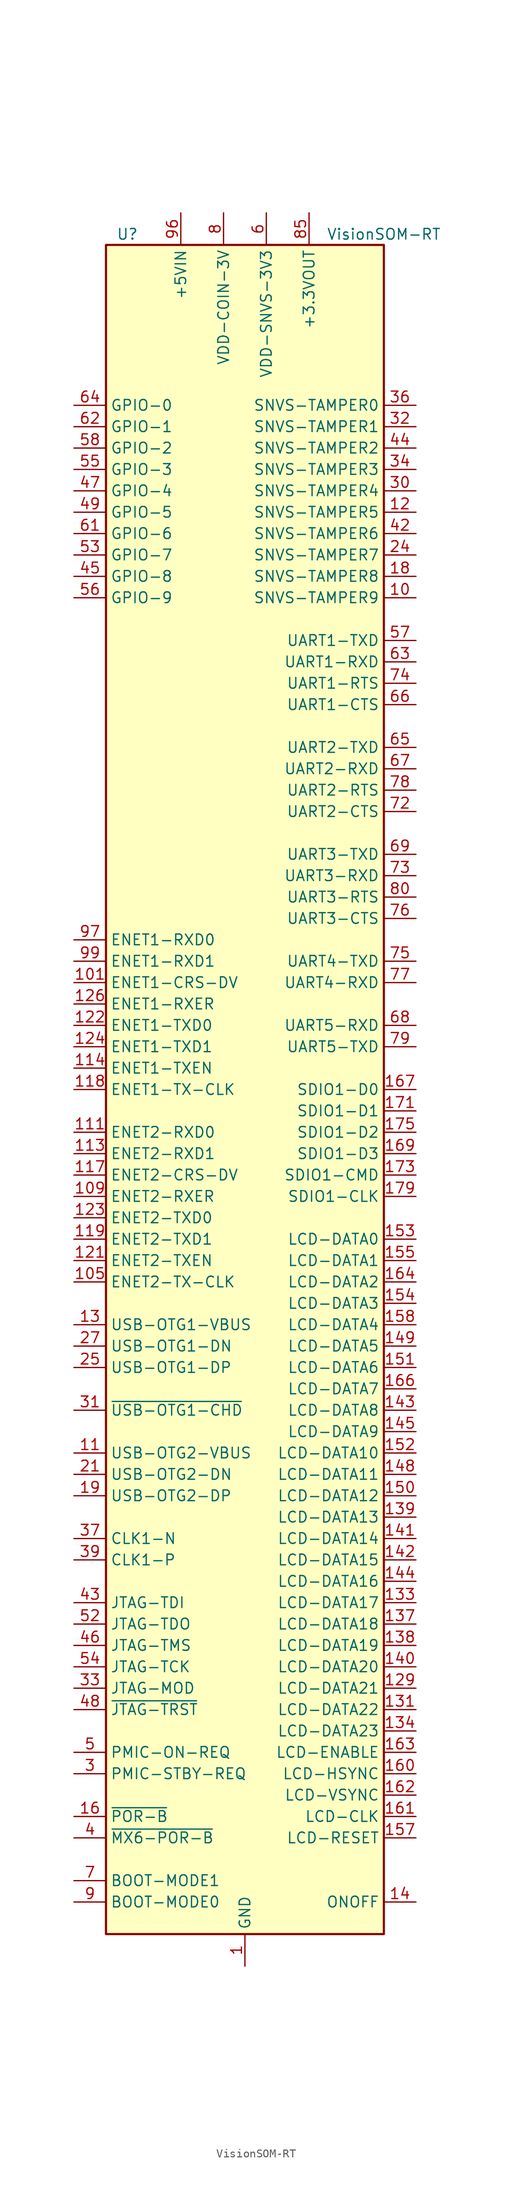
<source format=kicad_sym>
(kicad_symbol_lib
  (version 20201005)
  (generator kicad_symbol_editor)
  (symbol "MCU_Module:VisionSOM-RT"
    (property "Reference" "U"
      (at -13.97 101.6 0)
      (effects (font (size 1.27 1.27))))
    (property "Value" "VisionSOM-RT"
      (at 16.51 101.6 0)
      (effects (font (size 1.27 1.27))))
    (symbol "VisionSOM-RT_0_1"
      (rectangle (start -16.51 100.33) (end 16.51 -100.33) (stroke (width 0.254)) (fill (type background))))
    (symbol "VisionSOM-RT_1_1"
      (pin power_in line (at 0 -104.14 90) (length 3.81) (name "GND" (effects (font (size 1.27 1.27)))) (number "1" (effects (font (size 1.27 1.27)))))
      (pin bidirectional line (at 20.32 58.42 180) (length 3.81) (name "SNVS-TAMPER9" (effects (font (size 1.27 1.27)))) (number "10" (effects (font (size 1.27 1.27)))))
      (pin passive line (at -7.62 104.14 270) (length 3.81) hide (name "+5VIN" (effects (font (size 1.27 1.27)))) (number "100" (effects (font (size 1.27 1.27)))))
      (pin bidirectional line (at -20.32 12.7 0) (length 3.81) (name "ENET1-CRS-DV" (effects (font (size 1.27 1.27)))) (number "101" (effects (font (size 1.27 1.27)))))
      (pin passive line (at -7.62 104.14 270) (length 3.81) hide (name "+5VIN" (effects (font (size 1.27 1.27)))) (number "102" (effects (font (size 1.27 1.27)))))
      (pin passive line (at 0 -104.14 90) (length 3.81) hide (name "GND" (effects (font (size 1.27 1.27)))) (number "103" (effects (font (size 1.27 1.27)))))
      (pin passive line (at -7.62 104.14 270) (length 3.81) hide (name "+5VIN" (effects (font (size 1.27 1.27)))) (number "104" (effects (font (size 1.27 1.27)))))
      (pin bidirectional line (at -20.32 -22.86 0) (length 3.81) (name "ENET2-TX-CLK" (effects (font (size 1.27 1.27)))) (number "105" (effects (font (size 1.27 1.27)))))
      (pin passive line (at -7.62 104.14 270) (length 3.81) hide (name "+5VIN" (effects (font (size 1.27 1.27)))) (number "106" (effects (font (size 1.27 1.27)))))
      (pin passive line (at 0 -104.14 90) (length 3.81) hide (name "GND" (effects (font (size 1.27 1.27)))) (number "107" (effects (font (size 1.27 1.27)))))
      (pin passive line (at -7.62 104.14 270) (length 3.81) hide (name "+5VIN" (effects (font (size 1.27 1.27)))) (number "108" (effects (font (size 1.27 1.27)))))
      (pin bidirectional line (at -20.32 -12.7 0) (length 3.81) (name "ENET2-RXER" (effects (font (size 1.27 1.27)))) (number "109" (effects (font (size 1.27 1.27)))))
      (pin input line (at -20.32 -43.18 0) (length 3.81) (name "USB-OTG2-VBUS" (effects (font (size 1.27 1.27)))) (number "11" (effects (font (size 1.27 1.27)))))
      (pin passive line (at -7.62 104.14 270) (length 3.81) hide (name "+5VIN" (effects (font (size 1.27 1.27)))) (number "110" (effects (font (size 1.27 1.27)))))
      (pin bidirectional line (at -20.32 -5.08 0) (length 3.81) (name "ENET2-RXD0" (effects (font (size 1.27 1.27)))) (number "111" (effects (font (size 1.27 1.27)))))
      (pin passive line (at -7.62 104.14 270) (length 3.81) hide (name "+5VIN" (effects (font (size 1.27 1.27)))) (number "112" (effects (font (size 1.27 1.27)))))
      (pin bidirectional line (at -20.32 -7.62 0) (length 3.81) (name "ENET2-RXD1" (effects (font (size 1.27 1.27)))) (number "113" (effects (font (size 1.27 1.27)))))
      (pin bidirectional line (at -20.32 2.54 0) (length 3.81) (name "ENET1-TXEN" (effects (font (size 1.27 1.27)))) (number "114" (effects (font (size 1.27 1.27)))))
      (pin passive line (at 0 -104.14 90) (length 3.81) hide (name "GND" (effects (font (size 1.27 1.27)))) (number "115" (effects (font (size 1.27 1.27)))))
      (pin passive line (at 0 -104.14 90) (length 3.81) hide (name "GND" (effects (font (size 1.27 1.27)))) (number "116" (effects (font (size 1.27 1.27)))))
      (pin bidirectional line (at -20.32 -10.16 0) (length 3.81) (name "ENET2-CRS-DV" (effects (font (size 1.27 1.27)))) (number "117" (effects (font (size 1.27 1.27)))))
      (pin bidirectional line (at -20.32 0 0) (length 3.81) (name "ENET1-TX-CLK" (effects (font (size 1.27 1.27)))) (number "118" (effects (font (size 1.27 1.27)))))
      (pin bidirectional line (at -20.32 -17.78 0) (length 3.81) (name "ENET2-TXD1" (effects (font (size 1.27 1.27)))) (number "119" (effects (font (size 1.27 1.27)))))
      (pin bidirectional line (at 20.32 68.58 180) (length 3.81) (name "SNVS-TAMPER5" (effects (font (size 1.27 1.27)))) (number "12" (effects (font (size 1.27 1.27)))))
      (pin passive line (at 0 -104.14 90) (length 3.81) hide (name "GND" (effects (font (size 1.27 1.27)))) (number "120" (effects (font (size 1.27 1.27)))))
      (pin bidirectional line (at -20.32 -20.32 0) (length 3.81) (name "ENET2-TXEN" (effects (font (size 1.27 1.27)))) (number "121" (effects (font (size 1.27 1.27)))))
      (pin bidirectional line (at -20.32 7.62 0) (length 3.81) (name "ENET1-TXD0" (effects (font (size 1.27 1.27)))) (number "122" (effects (font (size 1.27 1.27)))))
      (pin bidirectional line (at -20.32 -15.24 0) (length 3.81) (name "ENET2-TXD0" (effects (font (size 1.27 1.27)))) (number "123" (effects (font (size 1.27 1.27)))))
      (pin bidirectional line (at -20.32 5.08 0) (length 3.81) (name "ENET1-TXD1" (effects (font (size 1.27 1.27)))) (number "124" (effects (font (size 1.27 1.27)))))
      (pin passive line (at 0 -104.14 90) (length 3.81) hide (name "GND" (effects (font (size 1.27 1.27)))) (number "125" (effects (font (size 1.27 1.27)))))
      (pin bidirectional line (at -20.32 10.16 0) (length 3.81) (name "ENET1-RXER" (effects (font (size 1.27 1.27)))) (number "126" (effects (font (size 1.27 1.27)))))
      (pin passive line (at 0 -104.14 90) (length 3.81) hide (name "GND" (effects (font (size 1.27 1.27)))) (number "127" (effects (font (size 1.27 1.27)))))
      (pin passive line (at 0 -104.14 90) (length 3.81) hide (name "GND" (effects (font (size 1.27 1.27)))) (number "128" (effects (font (size 1.27 1.27)))))
      (pin bidirectional line (at 20.32 -71.12 180) (length 3.81) (name "LCD-DATA21" (effects (font (size 1.27 1.27)))) (number "129" (effects (font (size 1.27 1.27)))))
      (pin input line (at -20.32 -27.94 0) (length 3.81) (name "USB-OTG1-VBUS" (effects (font (size 1.27 1.27)))) (number "13" (effects (font (size 1.27 1.27)))))
      (pin passive line (at 0 -104.14 90) (length 3.81) hide (name "GND" (effects (font (size 1.27 1.27)))) (number "130" (effects (font (size 1.27 1.27)))))
      (pin bidirectional line (at 20.32 -73.66 180) (length 3.81) (name "LCD-DATA22" (effects (font (size 1.27 1.27)))) (number "131" (effects (font (size 1.27 1.27)))))
      (pin passive line (at 0 -104.14 90) (length 3.81) hide (name "GND" (effects (font (size 1.27 1.27)))) (number "132" (effects (font (size 1.27 1.27)))))
      (pin bidirectional line (at 20.32 -60.96 180) (length 3.81) (name "LCD-DATA17" (effects (font (size 1.27 1.27)))) (number "133" (effects (font (size 1.27 1.27)))))
      (pin bidirectional line (at 20.32 -76.2 180) (length 3.81) (name "LCD-DATA23" (effects (font (size 1.27 1.27)))) (number "134" (effects (font (size 1.27 1.27)))))
      (pin passive line (at 0 -104.14 90) (length 3.81) hide (name "GND" (effects (font (size 1.27 1.27)))) (number "135" (effects (font (size 1.27 1.27)))))
      (pin passive line (at 0 -104.14 90) (length 3.81) hide (name "GND" (effects (font (size 1.27 1.27)))) (number "136" (effects (font (size 1.27 1.27)))))
      (pin bidirectional line (at 20.32 -63.5 180) (length 3.81) (name "LCD-DATA18" (effects (font (size 1.27 1.27)))) (number "137" (effects (font (size 1.27 1.27)))))
      (pin bidirectional line (at 20.32 -66.04 180) (length 3.81) (name "LCD-DATA19" (effects (font (size 1.27 1.27)))) (number "138" (effects (font (size 1.27 1.27)))))
      (pin bidirectional line (at 20.32 -50.8 180) (length 3.81) (name "LCD-DATA13" (effects (font (size 1.27 1.27)))) (number "139" (effects (font (size 1.27 1.27)))))
      (pin input line (at 20.32 -96.52 180) (length 3.81) (name "ONOFF" (effects (font (size 1.27 1.27)))) (number "14" (effects (font (size 1.27 1.27)))))
      (pin bidirectional line (at 20.32 -68.58 180) (length 3.81) (name "LCD-DATA20" (effects (font (size 1.27 1.27)))) (number "140" (effects (font (size 1.27 1.27)))))
      (pin bidirectional line (at 20.32 -53.34 180) (length 3.81) (name "LCD-DATA14" (effects (font (size 1.27 1.27)))) (number "141" (effects (font (size 1.27 1.27)))))
      (pin bidirectional line (at 20.32 -55.88 180) (length 3.81) (name "LCD-DATA15" (effects (font (size 1.27 1.27)))) (number "142" (effects (font (size 1.27 1.27)))))
      (pin bidirectional line (at 20.32 -38.1 180) (length 3.81) (name "LCD-DATA8" (effects (font (size 1.27 1.27)))) (number "143" (effects (font (size 1.27 1.27)))))
      (pin bidirectional line (at 20.32 -58.42 180) (length 3.81) (name "LCD-DATA16" (effects (font (size 1.27 1.27)))) (number "144" (effects (font (size 1.27 1.27)))))
      (pin bidirectional line (at 20.32 -40.64 180) (length 3.81) (name "LCD-DATA9" (effects (font (size 1.27 1.27)))) (number "145" (effects (font (size 1.27 1.27)))))
      (pin passive line (at 0 -104.14 90) (length 3.81) hide (name "GND" (effects (font (size 1.27 1.27)))) (number "146" (effects (font (size 1.27 1.27)))))
      (pin passive line (at 0 -104.14 90) (length 3.81) hide (name "GND" (effects (font (size 1.27 1.27)))) (number "147" (effects (font (size 1.27 1.27)))))
      (pin bidirectional line (at 20.32 -45.72 180) (length 3.81) (name "LCD-DATA11" (effects (font (size 1.27 1.27)))) (number "148" (effects (font (size 1.27 1.27)))))
      (pin bidirectional line (at 20.32 -30.48 180) (length 3.81) (name "LCD-DATA5" (effects (font (size 1.27 1.27)))) (number "149" (effects (font (size 1.27 1.27)))))
      (pin passive line (at 0 -104.14 90) (length 3.81) hide (name "GND" (effects (font (size 1.27 1.27)))) (number "15" (effects (font (size 1.27 1.27)))))
      (pin bidirectional line (at 20.32 -48.26 180) (length 3.81) (name "LCD-DATA12" (effects (font (size 1.27 1.27)))) (number "150" (effects (font (size 1.27 1.27)))))
      (pin bidirectional line (at 20.32 -33.02 180) (length 3.81) (name "LCD-DATA6" (effects (font (size 1.27 1.27)))) (number "151" (effects (font (size 1.27 1.27)))))
      (pin bidirectional line (at 20.32 -43.18 180) (length 3.81) (name "LCD-DATA10" (effects (font (size 1.27 1.27)))) (number "152" (effects (font (size 1.27 1.27)))))
      (pin bidirectional line (at 20.32 -17.78 180) (length 3.81) (name "LCD-DATA0" (effects (font (size 1.27 1.27)))) (number "153" (effects (font (size 1.27 1.27)))))
      (pin bidirectional line (at 20.32 -25.4 180) (length 3.81) (name "LCD-DATA3" (effects (font (size 1.27 1.27)))) (number "154" (effects (font (size 1.27 1.27)))))
      (pin bidirectional line (at 20.32 -20.32 180) (length 3.81) (name "LCD-DATA1" (effects (font (size 1.27 1.27)))) (number "155" (effects (font (size 1.27 1.27)))))
      (pin passive line (at 0 -104.14 90) (length 3.81) hide (name "GND" (effects (font (size 1.27 1.27)))) (number "156" (effects (font (size 1.27 1.27)))))
      (pin bidirectional line (at 20.32 -88.9 180) (length 3.81) (name "LCD-RESET" (effects (font (size 1.27 1.27)))) (number "157" (effects (font (size 1.27 1.27)))))
      (pin bidirectional line (at 20.32 -27.94 180) (length 3.81) (name "LCD-DATA4" (effects (font (size 1.27 1.27)))) (number "158" (effects (font (size 1.27 1.27)))))
      (pin passive line (at 0 -104.14 90) (length 3.81) hide (name "GND" (effects (font (size 1.27 1.27)))) (number "159" (effects (font (size 1.27 1.27)))))
      (pin input line (at -20.32 -86.36 0) (length 3.81) (name "~POR-B" (effects (font (size 1.27 1.27)))) (number "16" (effects (font (size 1.27 1.27)))))
      (pin bidirectional line (at 20.32 -81.28 180) (length 3.81) (name "LCD-HSYNC" (effects (font (size 1.27 1.27)))) (number "160" (effects (font (size 1.27 1.27)))))
      (pin bidirectional line (at 20.32 -86.36 180) (length 3.81) (name "LCD-CLK" (effects (font (size 1.27 1.27)))) (number "161" (effects (font (size 1.27 1.27)))))
      (pin bidirectional line (at 20.32 -83.82 180) (length 3.81) (name "LCD-VSYNC" (effects (font (size 1.27 1.27)))) (number "162" (effects (font (size 1.27 1.27)))))
      (pin bidirectional line (at 20.32 -78.74 180) (length 3.81) (name "LCD-ENABLE" (effects (font (size 1.27 1.27)))) (number "163" (effects (font (size 1.27 1.27)))))
      (pin bidirectional line (at 20.32 -22.86 180) (length 3.81) (name "LCD-DATA2" (effects (font (size 1.27 1.27)))) (number "164" (effects (font (size 1.27 1.27)))))
      (pin passive line (at 0 -104.14 90) (length 3.81) hide (name "GND" (effects (font (size 1.27 1.27)))) (number "165" (effects (font (size 1.27 1.27)))))
      (pin bidirectional line (at 20.32 -35.56 180) (length 3.81) (name "LCD-DATA7" (effects (font (size 1.27 1.27)))) (number "166" (effects (font (size 1.27 1.27)))))
      (pin bidirectional line (at 20.32 0 180) (length 3.81) (name "SDIO1-D0" (effects (font (size 1.27 1.27)))) (number "167" (effects (font (size 1.27 1.27)))))
      (pin passive line (at 0 -104.14 90) (length 3.81) hide (name "GND" (effects (font (size 1.27 1.27)))) (number "168" (effects (font (size 1.27 1.27)))))
      (pin bidirectional line (at 20.32 -7.62 180) (length 3.81) (name "SDIO1-D3" (effects (font (size 1.27 1.27)))) (number "169" (effects (font (size 1.27 1.27)))))
      (pin passive line (at 0 -104.14 90) (length 3.81) hide (name "GND" (effects (font (size 1.27 1.27)))) (number "17" (effects (font (size 1.27 1.27)))))
      (pin passive line (at 0 -104.14 90) (length 3.81) hide (name "GND" (effects (font (size 1.27 1.27)))) (number "170" (effects (font (size 1.27 1.27)))))
      (pin bidirectional line (at 20.32 -2.54 180) (length 3.81) (name "SDIO1-D1" (effects (font (size 1.27 1.27)))) (number "171" (effects (font (size 1.27 1.27)))))
      (pin passive line (at 0 -104.14 90) (length 3.81) hide (name "GND" (effects (font (size 1.27 1.27)))) (number "172" (effects (font (size 1.27 1.27)))))
      (pin bidirectional line (at 20.32 -10.16 180) (length 3.81) (name "SDIO1-CMD" (effects (font (size 1.27 1.27)))) (number "173" (effects (font (size 1.27 1.27)))))
      (pin passive line (at 0 -104.14 90) (length 3.81) hide (name "GND" (effects (font (size 1.27 1.27)))) (number "174" (effects (font (size 1.27 1.27)))))
      (pin bidirectional line (at 20.32 -5.08 180) (length 3.81) (name "SDIO1-D2" (effects (font (size 1.27 1.27)))) (number "175" (effects (font (size 1.27 1.27)))))
      (pin no_connect line (at -5.08 -99.06 90) (length 3.81) hide (name "NC" (effects (font (size 1.27 1.27)))) (number "176" (effects (font (size 1.27 1.27)))))
      (pin passive line (at 0 -104.14 90) (length 3.81) hide (name "GND" (effects (font (size 1.27 1.27)))) (number "177" (effects (font (size 1.27 1.27)))))
      (pin no_connect line (at -2.54 -99.06 90) (length 3.81) hide (name "NC" (effects (font (size 1.27 1.27)))) (number "178" (effects (font (size 1.27 1.27)))))
      (pin bidirectional line (at 20.32 -12.7 180) (length 3.81) (name "SDIO1-CLK" (effects (font (size 1.27 1.27)))) (number "179" (effects (font (size 1.27 1.27)))))
      (pin bidirectional line (at 20.32 60.96 180) (length 3.81) (name "SNVS-TAMPER8" (effects (font (size 1.27 1.27)))) (number "18" (effects (font (size 1.27 1.27)))))
      (pin no_connect line (at 2.54 -99.06 90) (length 3.81) hide (name "NC" (effects (font (size 1.27 1.27)))) (number "180" (effects (font (size 1.27 1.27)))))
      (pin passive line (at 0 -104.14 90) (length 3.81) hide (name "GND" (effects (font (size 1.27 1.27)))) (number "181" (effects (font (size 1.27 1.27)))))
      (pin no_connect line (at 5.08 -99.06 90) (length 3.81) hide (name "NC" (effects (font (size 1.27 1.27)))) (number "182" (effects (font (size 1.27 1.27)))))
      (pin no_connect line (at -15.24 22.86 0) (length 3.81) hide (name "NC" (effects (font (size 1.27 1.27)))) (number "183" (effects (font (size 1.27 1.27)))))
      (pin passive line (at 0 -104.14 90) (length 3.81) hide (name "GND" (effects (font (size 1.27 1.27)))) (number "184" (effects (font (size 1.27 1.27)))))
      (pin passive line (at 0 -104.14 90) (length 3.81) hide (name "GND" (effects (font (size 1.27 1.27)))) (number "185" (effects (font (size 1.27 1.27)))))
      (pin no_connect line (at -15.24 35.56 0) (length 3.81) hide (name "NC" (effects (font (size 1.27 1.27)))) (number "186" (effects (font (size 1.27 1.27)))))
      (pin no_connect line (at -15.24 25.4 0) (length 3.81) hide (name "NC" (effects (font (size 1.27 1.27)))) (number "187" (effects (font (size 1.27 1.27)))))
      (pin no_connect line (at -15.24 33.02 0) (length 3.81) hide (name "NC" (effects (font (size 1.27 1.27)))) (number "188" (effects (font (size 1.27 1.27)))))
      (pin passive line (at 0 -104.14 90) (length 3.81) hide (name "GND" (effects (font (size 1.27 1.27)))) (number "189" (effects (font (size 1.27 1.27)))))
      (pin bidirectional line (at -20.32 -48.26 0) (length 3.81) (name "USB-OTG2-DP" (effects (font (size 1.27 1.27)))) (number "19" (effects (font (size 1.27 1.27)))))
      (pin no_connect line (at -15.24 38.1 0) (length 3.81) hide (name "NC" (effects (font (size 1.27 1.27)))) (number "190" (effects (font (size 1.27 1.27)))))
      (pin no_connect line (at -15.24 40.64 0) (length 3.81) hide (name "NC" (effects (font (size 1.27 1.27)))) (number "191" (effects (font (size 1.27 1.27)))))
      (pin no_connect line (at -15.24 43.18 0) (length 3.81) hide (name "NC" (effects (font (size 1.27 1.27)))) (number "192" (effects (font (size 1.27 1.27)))))
      (pin no_connect line (at -15.24 48.26 0) (length 3.81) hide (name "NC" (effects (font (size 1.27 1.27)))) (number "193" (effects (font (size 1.27 1.27)))))
      (pin no_connect line (at -15.24 45.72 0) (length 3.81) hide (name "NC" (effects (font (size 1.27 1.27)))) (number "194" (effects (font (size 1.27 1.27)))))
      (pin no_connect line (at -15.24 50.8 0) (length 3.81) hide (name "NC" (effects (font (size 1.27 1.27)))) (number "195" (effects (font (size 1.27 1.27)))))
      (pin no_connect line (at -15.24 53.34 0) (length 3.81) hide (name "NC" (effects (font (size 1.27 1.27)))) (number "196" (effects (font (size 1.27 1.27)))))
      (pin no_connect line (at -15.24 30.48 0) (length 3.81) hide (name "NC" (effects (font (size 1.27 1.27)))) (number "197" (effects (font (size 1.27 1.27)))))
      (pin no_connect line (at -15.24 27.94 0) (length 3.81) hide (name "NC" (effects (font (size 1.27 1.27)))) (number "198" (effects (font (size 1.27 1.27)))))
      (pin passive line (at 0 -104.14 90) (length 3.81) hide (name "GND" (effects (font (size 1.27 1.27)))) (number "199" (effects (font (size 1.27 1.27)))))
      (pin passive line (at 0 -104.14 90) (length 3.81) hide (name "GND" (effects (font (size 1.27 1.27)))) (number "2" (effects (font (size 1.27 1.27)))))
      (pin passive line (at 0 -104.14 90) (length 3.81) hide (name "GND" (effects (font (size 1.27 1.27)))) (number "20" (effects (font (size 1.27 1.27)))))
      (pin passive line (at 0 -104.14 90) (length 3.81) hide (name "GND" (effects (font (size 1.27 1.27)))) (number "200" (effects (font (size 1.27 1.27)))))
      (pin bidirectional line (at -20.32 -45.72 0) (length 3.81) (name "USB-OTG2-DN" (effects (font (size 1.27 1.27)))) (number "21" (effects (font (size 1.27 1.27)))))
      (pin passive line (at 0 -104.14 90) (length 3.81) hide (name "GND" (effects (font (size 1.27 1.27)))) (number "22" (effects (font (size 1.27 1.27)))))
      (pin passive line (at 0 -104.14 90) (length 3.81) hide (name "GND" (effects (font (size 1.27 1.27)))) (number "23" (effects (font (size 1.27 1.27)))))
      (pin bidirectional line (at 20.32 63.5 180) (length 3.81) (name "SNVS-TAMPER7" (effects (font (size 1.27 1.27)))) (number "24" (effects (font (size 1.27 1.27)))))
      (pin bidirectional line (at -20.32 -33.02 0) (length 3.81) (name "USB-OTG1-DP" (effects (font (size 1.27 1.27)))) (number "25" (effects (font (size 1.27 1.27)))))
      (pin passive line (at 0 -104.14 90) (length 3.81) hide (name "GND" (effects (font (size 1.27 1.27)))) (number "26" (effects (font (size 1.27 1.27)))))
      (pin bidirectional line (at -20.32 -30.48 0) (length 3.81) (name "USB-OTG1-DN" (effects (font (size 1.27 1.27)))) (number "27" (effects (font (size 1.27 1.27)))))
      (pin passive line (at 0 -104.14 90) (length 3.81) hide (name "GND" (effects (font (size 1.27 1.27)))) (number "28" (effects (font (size 1.27 1.27)))))
      (pin passive line (at 0 -104.14 90) (length 3.81) hide (name "GND" (effects (font (size 1.27 1.27)))) (number "29" (effects (font (size 1.27 1.27)))))
      (pin output line (at -20.32 -81.28 0) (length 3.81) (name "PMIC-STBY-REQ" (effects (font (size 1.27 1.27)))) (number "3" (effects (font (size 1.27 1.27)))))
      (pin bidirectional line (at 20.32 71.12 180) (length 3.81) (name "SNVS-TAMPER4" (effects (font (size 1.27 1.27)))) (number "30" (effects (font (size 1.27 1.27)))))
      (pin open_collector line (at -20.32 -38.1 0) (length 3.81) (name "~USB-OTG1-CHD" (effects (font (size 1.27 1.27)))) (number "31" (effects (font (size 1.27 1.27)))))
      (pin bidirectional line (at 20.32 78.74 180) (length 3.81) (name "SNVS-TAMPER1" (effects (font (size 1.27 1.27)))) (number "32" (effects (font (size 1.27 1.27)))))
      (pin bidirectional line (at -20.32 -71.12 0) (length 3.81) (name "JTAG-MOD" (effects (font (size 1.27 1.27)))) (number "33" (effects (font (size 1.27 1.27)))))
      (pin bidirectional line (at 20.32 73.66 180) (length 3.81) (name "SNVS-TAMPER3" (effects (font (size 1.27 1.27)))) (number "34" (effects (font (size 1.27 1.27)))))
      (pin passive line (at 0 -104.14 90) (length 3.81) hide (name "GND" (effects (font (size 1.27 1.27)))) (number "35" (effects (font (size 1.27 1.27)))))
      (pin bidirectional line (at 20.32 81.28 180) (length 3.81) (name "SNVS-TAMPER0" (effects (font (size 1.27 1.27)))) (number "36" (effects (font (size 1.27 1.27)))))
      (pin bidirectional line (at -20.32 -53.34 0) (length 3.81) (name "CLK1-N" (effects (font (size 1.27 1.27)))) (number "37" (effects (font (size 1.27 1.27)))))
      (pin passive line (at 0 -104.14 90) (length 3.81) hide (name "GND" (effects (font (size 1.27 1.27)))) (number "38" (effects (font (size 1.27 1.27)))))
      (pin bidirectional line (at -20.32 -55.88 0) (length 3.81) (name "CLK1-P" (effects (font (size 1.27 1.27)))) (number "39" (effects (font (size 1.27 1.27)))))
      (pin input line (at -20.32 -88.9 0) (length 3.81) (name "~MX6-POR-B" (effects (font (size 1.27 1.27)))) (number "4" (effects (font (size 1.27 1.27)))))
      (pin passive line (at 0 -104.14 90) (length 3.81) hide (name "GND" (effects (font (size 1.27 1.27)))) (number "40" (effects (font (size 1.27 1.27)))))
      (pin passive line (at 0 -104.14 90) (length 3.81) hide (name "GND" (effects (font (size 1.27 1.27)))) (number "41" (effects (font (size 1.27 1.27)))))
      (pin bidirectional line (at 20.32 66.04 180) (length 3.81) (name "SNVS-TAMPER6" (effects (font (size 1.27 1.27)))) (number "42" (effects (font (size 1.27 1.27)))))
      (pin bidirectional line (at -20.32 -60.96 0) (length 3.81) (name "JTAG-TDI" (effects (font (size 1.27 1.27)))) (number "43" (effects (font (size 1.27 1.27)))))
      (pin bidirectional line (at 20.32 76.2 180) (length 3.81) (name "SNVS-TAMPER2" (effects (font (size 1.27 1.27)))) (number "44" (effects (font (size 1.27 1.27)))))
      (pin bidirectional line (at -20.32 60.96 0) (length 3.81) (name "GPIO-8" (effects (font (size 1.27 1.27)))) (number "45" (effects (font (size 1.27 1.27)))))
      (pin bidirectional line (at -20.32 -66.04 0) (length 3.81) (name "JTAG-TMS" (effects (font (size 1.27 1.27)))) (number "46" (effects (font (size 1.27 1.27)))))
      (pin bidirectional line (at -20.32 71.12 0) (length 3.81) (name "GPIO-4" (effects (font (size 1.27 1.27)))) (number "47" (effects (font (size 1.27 1.27)))))
      (pin bidirectional line (at -20.32 -73.66 0) (length 3.81) (name "~JTAG-TRST" (effects (font (size 1.27 1.27)))) (number "48" (effects (font (size 1.27 1.27)))))
      (pin bidirectional line (at -20.32 68.58 0) (length 3.81) (name "GPIO-5" (effects (font (size 1.27 1.27)))) (number "49" (effects (font (size 1.27 1.27)))))
      (pin output line (at -20.32 -78.74 0) (length 3.81) (name "PMIC-ON-REQ" (effects (font (size 1.27 1.27)))) (number "5" (effects (font (size 1.27 1.27)))))
      (pin passive line (at 0 -104.14 90) (length 3.81) hide (name "GND" (effects (font (size 1.27 1.27)))) (number "50" (effects (font (size 1.27 1.27)))))
      (pin passive line (at 0 -104.14 90) (length 3.81) hide (name "GND" (effects (font (size 1.27 1.27)))) (number "51" (effects (font (size 1.27 1.27)))))
      (pin bidirectional line (at -20.32 -63.5 0) (length 3.81) (name "JTAG-TDO" (effects (font (size 1.27 1.27)))) (number "52" (effects (font (size 1.27 1.27)))))
      (pin bidirectional line (at -20.32 63.5 0) (length 3.81) (name "GPIO-7" (effects (font (size 1.27 1.27)))) (number "53" (effects (font (size 1.27 1.27)))))
      (pin bidirectional line (at -20.32 -68.58 0) (length 3.81) (name "JTAG-TCK" (effects (font (size 1.27 1.27)))) (number "54" (effects (font (size 1.27 1.27)))))
      (pin bidirectional line (at -20.32 73.66 0) (length 3.81) (name "GPIO-3" (effects (font (size 1.27 1.27)))) (number "55" (effects (font (size 1.27 1.27)))))
      (pin bidirectional line (at -20.32 58.42 0) (length 3.81) (name "GPIO-9" (effects (font (size 1.27 1.27)))) (number "56" (effects (font (size 1.27 1.27)))))
      (pin bidirectional line (at 20.32 53.34 180) (length 3.81) (name "UART1-TXD" (effects (font (size 1.27 1.27)))) (number "57" (effects (font (size 1.27 1.27)))))
      (pin bidirectional line (at -20.32 76.2 0) (length 3.81) (name "GPIO-2" (effects (font (size 1.27 1.27)))) (number "58" (effects (font (size 1.27 1.27)))))
      (pin passive line (at 0 -104.14 90) (length 3.81) hide (name "GND" (effects (font (size 1.27 1.27)))) (number "59" (effects (font (size 1.27 1.27)))))
      (pin power_in line (at 2.54 104.14 270) (length 3.81) (name "VDD-SNVS-3V3" (effects (font (size 1.27 1.27)))) (number "6" (effects (font (size 1.27 1.27)))))
      (pin passive line (at 0 -104.14 90) (length 3.81) hide (name "GND" (effects (font (size 1.27 1.27)))) (number "60" (effects (font (size 1.27 1.27)))))
      (pin bidirectional line (at -20.32 66.04 0) (length 3.81) (name "GPIO-6" (effects (font (size 1.27 1.27)))) (number "61" (effects (font (size 1.27 1.27)))))
      (pin bidirectional line (at -20.32 78.74 0) (length 3.81) (name "GPIO-1" (effects (font (size 1.27 1.27)))) (number "62" (effects (font (size 1.27 1.27)))))
      (pin bidirectional line (at 20.32 50.8 180) (length 3.81) (name "UART1-RXD" (effects (font (size 1.27 1.27)))) (number "63" (effects (font (size 1.27 1.27)))))
      (pin bidirectional line (at -20.32 81.28 0) (length 3.81) (name "GPIO-0" (effects (font (size 1.27 1.27)))) (number "64" (effects (font (size 1.27 1.27)))))
      (pin bidirectional line (at 20.32 40.64 180) (length 3.81) (name "UART2-TXD" (effects (font (size 1.27 1.27)))) (number "65" (effects (font (size 1.27 1.27)))))
      (pin bidirectional line (at 20.32 45.72 180) (length 3.81) (name "UART1-CTS" (effects (font (size 1.27 1.27)))) (number "66" (effects (font (size 1.27 1.27)))))
      (pin bidirectional line (at 20.32 38.1 180) (length 3.81) (name "UART2-RXD" (effects (font (size 1.27 1.27)))) (number "67" (effects (font (size 1.27 1.27)))))
      (pin bidirectional line (at 20.32 7.62 180) (length 3.81) (name "UART5-RXD" (effects (font (size 1.27 1.27)))) (number "68" (effects (font (size 1.27 1.27)))))
      (pin bidirectional line (at 20.32 27.94 180) (length 3.81) (name "UART3-TXD" (effects (font (size 1.27 1.27)))) (number "69" (effects (font (size 1.27 1.27)))))
      (pin input line (at -20.32 -93.98 0) (length 3.81) (name "BOOT-MODE1" (effects (font (size 1.27 1.27)))) (number "7" (effects (font (size 1.27 1.27)))))
      (pin passive line (at 0 -104.14 90) (length 3.81) hide (name "GND" (effects (font (size 1.27 1.27)))) (number "70" (effects (font (size 1.27 1.27)))))
      (pin passive line (at 0 -104.14 90) (length 3.81) hide (name "GND" (effects (font (size 1.27 1.27)))) (number "71" (effects (font (size 1.27 1.27)))))
      (pin bidirectional line (at 20.32 33.02 180) (length 3.81) (name "UART2-CTS" (effects (font (size 1.27 1.27)))) (number "72" (effects (font (size 1.27 1.27)))))
      (pin bidirectional line (at 20.32 25.4 180) (length 3.81) (name "UART3-RXD" (effects (font (size 1.27 1.27)))) (number "73" (effects (font (size 1.27 1.27)))))
      (pin bidirectional line (at 20.32 48.26 180) (length 3.81) (name "UART1-RTS" (effects (font (size 1.27 1.27)))) (number "74" (effects (font (size 1.27 1.27)))))
      (pin bidirectional line (at 20.32 15.24 180) (length 3.81) (name "UART4-TXD" (effects (font (size 1.27 1.27)))) (number "75" (effects (font (size 1.27 1.27)))))
      (pin bidirectional line (at 20.32 20.32 180) (length 3.81) (name "UART3-CTS" (effects (font (size 1.27 1.27)))) (number "76" (effects (font (size 1.27 1.27)))))
      (pin bidirectional line (at 20.32 12.7 180) (length 3.81) (name "UART4-RXD" (effects (font (size 1.27 1.27)))) (number "77" (effects (font (size 1.27 1.27)))))
      (pin bidirectional line (at 20.32 35.56 180) (length 3.81) (name "UART2-RTS" (effects (font (size 1.27 1.27)))) (number "78" (effects (font (size 1.27 1.27)))))
      (pin bidirectional line (at 20.32 5.08 180) (length 3.81) (name "UART5-TXD" (effects (font (size 1.27 1.27)))) (number "79" (effects (font (size 1.27 1.27)))))
      (pin power_in line (at -2.54 104.14 270) (length 3.81) (name "VDD-COIN-3V" (effects (font (size 1.27 1.27)))) (number "8" (effects (font (size 1.27 1.27)))))
      (pin bidirectional line (at 20.32 22.86 180) (length 3.81) (name "UART3-RTS" (effects (font (size 1.27 1.27)))) (number "80" (effects (font (size 1.27 1.27)))))
      (pin passive line (at 0 -104.14 90) (length 3.81) hide (name "GND" (effects (font (size 1.27 1.27)))) (number "81" (effects (font (size 1.27 1.27)))))
      (pin passive line (at 0 -104.14 90) (length 3.81) hide (name "GND" (effects (font (size 1.27 1.27)))) (number "82" (effects (font (size 1.27 1.27)))))
      (pin no_connect line (at 15.24 -93.98 180) (length 3.81) hide (name "NC" (effects (font (size 1.27 1.27)))) (number "83" (effects (font (size 1.27 1.27)))))
      (pin passive line (at 0 -104.14 90) (length 3.81) hide (name "GND" (effects (font (size 1.27 1.27)))) (number "84" (effects (font (size 1.27 1.27)))))
      (pin power_out line (at 7.62 104.14 270) (length 3.81) (name "+3.3VOUT" (effects (font (size 1.27 1.27)))) (number "85" (effects (font (size 1.27 1.27)))))
      (pin no_connect line (at -15.24 -76.2 0) (length 2.54) hide (name "NC" (effects (font (size 1.27 1.27)))) (number "86" (effects (font (size 1.27 1.27)))))
      (pin passive line (at 7.62 104.14 270) (length 3.81) hide (name "+3.3VOUT" (effects (font (size 1.27 1.27)))) (number "87" (effects (font (size 1.27 1.27)))))
      (pin passive line (at 7.62 104.14 270) (length 3.81) hide (name "+3.3VOUT" (effects (font (size 1.27 1.27)))) (number "88" (effects (font (size 1.27 1.27)))))
      (pin passive line (at 7.62 104.14 270) (length 3.81) hide (name "+3.3VOUT" (effects (font (size 1.27 1.27)))) (number "89" (effects (font (size 1.27 1.27)))))
      (pin input line (at -20.32 -96.52 0) (length 3.81) (name "BOOT-MODE0" (effects (font (size 1.27 1.27)))) (number "9" (effects (font (size 1.27 1.27)))))
      (pin passive line (at 7.62 104.14 270) (length 3.81) hide (name "+3.3VOUT" (effects (font (size 1.27 1.27)))) (number "90" (effects (font (size 1.27 1.27)))))
      (pin passive line (at 7.62 104.14 270) (length 3.81) hide (name "+3.3VOUT" (effects (font (size 1.27 1.27)))) (number "91" (effects (font (size 1.27 1.27)))))
      (pin passive line (at 7.62 104.14 270) (length 3.81) hide (name "+3.3VOUT" (effects (font (size 1.27 1.27)))) (number "92" (effects (font (size 1.27 1.27)))))
      (pin passive line (at 7.62 104.14 270) (length 3.81) hide (name "+3.3VOUT" (effects (font (size 1.27 1.27)))) (number "93" (effects (font (size 1.27 1.27)))))
      (pin no_connect line (at -15.24 -83.82 0) (length 2.54) hide (name "NC" (effects (font (size 1.27 1.27)))) (number "94" (effects (font (size 1.27 1.27)))))
      (pin no_connect line (at -15.24 -91.44 0) (length 2.54) hide (name "NC" (effects (font (size 1.27 1.27)))) (number "95" (effects (font (size 1.27 1.27)))))
      (pin power_in line (at -7.62 104.14 270) (length 3.81) (name "+5VIN" (effects (font (size 1.27 1.27)))) (number "96" (effects (font (size 1.27 1.27)))))
      (pin bidirectional line (at -20.32 17.78 0) (length 3.81) (name "ENET1-RXD0" (effects (font (size 1.27 1.27)))) (number "97" (effects (font (size 1.27 1.27)))))
      (pin passive line (at -7.62 104.14 270) (length 3.81) hide (name "+5VIN" (effects (font (size 1.27 1.27)))) (number "98" (effects (font (size 1.27 1.27)))))
      (pin bidirectional line (at -20.32 15.24 0) (length 3.81) (name "ENET1-RXD1" (effects (font (size 1.27 1.27)))) (number "99" (effects (font (size 1.27 1.27))))))))
</source>
